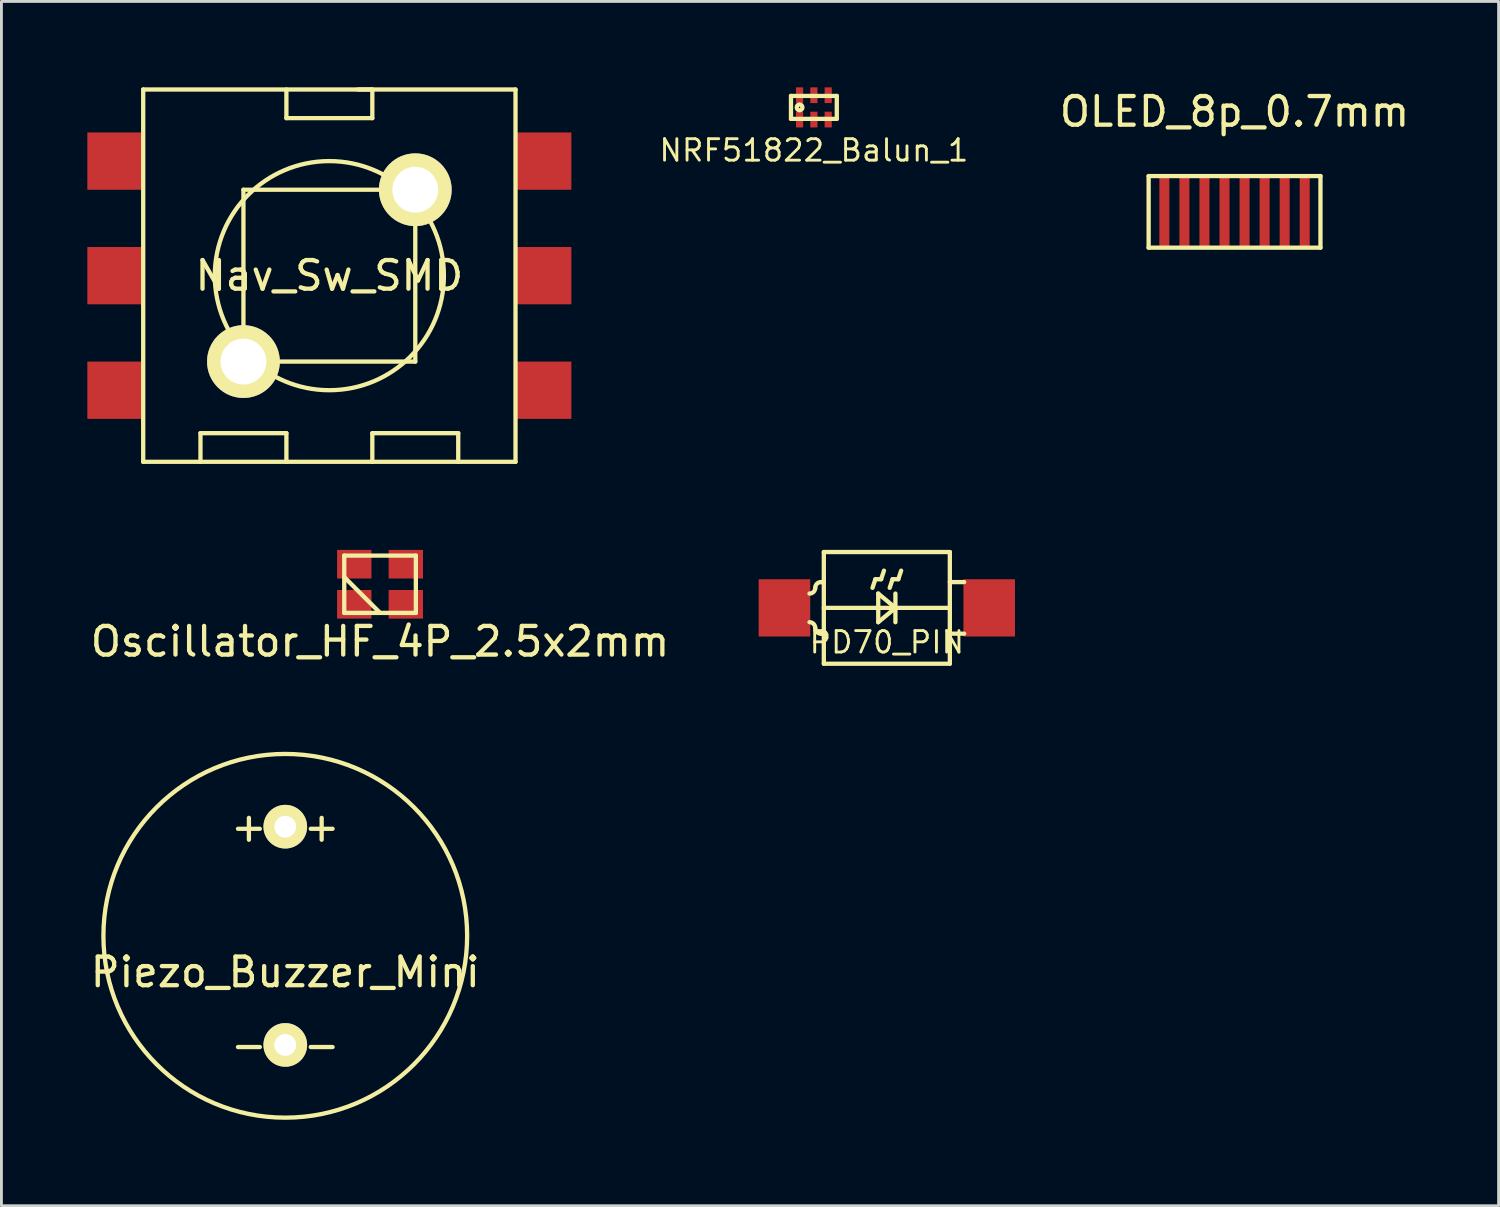
<source format=kicad_pcb>
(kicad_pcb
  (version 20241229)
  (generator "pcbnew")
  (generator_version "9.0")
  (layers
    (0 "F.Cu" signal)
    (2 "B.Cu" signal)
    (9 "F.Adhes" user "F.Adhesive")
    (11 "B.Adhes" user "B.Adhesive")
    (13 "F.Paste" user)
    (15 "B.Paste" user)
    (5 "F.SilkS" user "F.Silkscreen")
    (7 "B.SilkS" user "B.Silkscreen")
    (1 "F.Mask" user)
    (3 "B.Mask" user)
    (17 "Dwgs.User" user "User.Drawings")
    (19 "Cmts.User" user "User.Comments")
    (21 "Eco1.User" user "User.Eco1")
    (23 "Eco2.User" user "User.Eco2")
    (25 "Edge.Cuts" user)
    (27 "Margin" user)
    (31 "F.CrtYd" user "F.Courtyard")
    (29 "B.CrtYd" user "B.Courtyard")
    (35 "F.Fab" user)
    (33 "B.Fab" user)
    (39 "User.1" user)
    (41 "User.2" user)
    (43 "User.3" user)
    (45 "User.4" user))
  (footprint "NRF51822_Balun_1"
    (layer "F.Cu")
    (at 25.368 0.7)
    (property "Reference" "NRF51822_Balun_1" (at 0 1.5 0) (layer "F.SilkS") (effects (font (size 0.75 0.75) (thickness 0.1))))
    (attr through_hole)
    (fp_line (start -0.8 -0.4) (end -0.8 0.4) (stroke (width 0.15) (type solid)) (layer "F.SilkS"))
    (fp_line (start -0.8 0.4) (end 0.8 0.4) (stroke (width 0.15) (type solid)) (layer "F.SilkS"))
    (fp_line (start 0.8 -0.4) (end -0.8 -0.4) (stroke (width 0.15) (type solid)) (layer "F.SilkS"))
    (fp_line (start 0.8 0.4) (end 0.8 -0.4) (stroke (width 0.15) (type solid)) (layer "F.SilkS"))
    (fp_circle (center -0.5 0) (end -0.5 -0.1) (stroke (width 0.15) (type solid)) (fill no) (layer "F.SilkS"))
    (pad "1" smd rect (at -0.5 0.425) (size 0.25 0.55) (layers "F.Cu" "F.Mask" "F.Paste"))
    (pad "2" smd rect (at 0 0.425) (size 0.25 0.55) (layers "F.Cu" "F.Mask" "F.Paste"))
    (pad "3" smd rect (at 0.5 0.425) (size 0.25 0.55) (layers "F.Cu" "F.Mask" "F.Paste"))
    (pad "4" smd rect (at 0.5 -0.425) (size 0.25 0.55) (layers "F.Cu" "F.Mask" "F.Paste"))
    (pad "5" smd rect (at 0 -0.425) (size 0.25 0.55) (layers "F.Cu" "F.Mask" "F.Paste"))
    (pad "6" smd rect (at -0.5 -0.425) (size 0.25 0.55) (layers "F.Cu" "F.Mask" "F.Paste")))
  (footprint "OLED_8p_0.7mm"
    (layer "F.Cu")
    (at 40.056 3.348)
    (property "Reference" "OLED_8p_0.7mm" (at 0 -2.5 0) (layer "F.SilkS") (effects (font (size 1 1) (thickness 0.15))))
    (attr through_hole)
    (fp_line (start -3 -0.25) (end -3 2.25) (stroke (width 0.15) (type solid)) (layer "F.SilkS"))
    (fp_line (start -3 2.25) (end 3 2.25) (stroke (width 0.15) (type solid)) (layer "F.SilkS"))
    (fp_line (start 3 -0.25) (end -3 -0.25) (stroke (width 0.15) (type solid)) (layer "F.SilkS"))
    (fp_line (start 3 2.25) (end 3 -0.25) (stroke (width 0.15) (type solid)) (layer "F.SilkS"))
    (pad "1" smd rect (at -2.45 1) (size 0.35 2.5) (layers "F.Cu" "F.Mask" "F.Paste"))
    (pad "2" smd rect (at -1.75 1) (size 0.35 2.5) (layers "F.Cu" "F.Mask" "F.Paste"))
    (pad "3" smd rect (at -1.05 1) (size 0.35 2.5) (layers "F.Cu" "F.Mask" "F.Paste"))
    (pad "4" smd rect (at -0.35 1) (size 0.35 2.5) (layers "F.Cu" "F.Mask" "F.Paste"))
    (pad "5" smd rect (at 0.35 1) (size 0.35 2.5) (layers "F.Cu" "F.Mask" "F.Paste"))
    (pad "6" smd rect (at 1.05 1) (size 0.35 2.5) (layers "F.Cu" "F.Mask" "F.Paste"))
    (pad "7" smd rect (at 1.75 1) (size 0.35 2.5) (layers "F.Cu" "F.Mask" "F.Paste"))
    (pad "8" smd rect (at 2.45 1) (size 0.35 2.5) (layers "F.Cu" "F.Mask" "F.Paste")))
  (footprint "PD70_PIN"
    (layer "F.Cu")
    (at 27.915 18.175)
    (property "Reference" "PD70_PIN" (at 0 1.2 0) (layer "F.SilkS") (effects (font (size 0.75 0.75) (thickness 0.1))))
    (attr through_hole)
    (fp_line (start -2.2 -1.95) (end -2.2 1.95) (stroke (width 0.15) (type solid)) (layer "F.SilkS"))
    (fp_line (start -2.2 -0.9) (end -2.3 -0.9) (stroke (width 0.15) (type solid)) (layer "F.SilkS"))
    (fp_line (start -2.2 0) (end 2.2 0) (stroke (width 0.15) (type solid)) (layer "F.SilkS"))
    (fp_line (start -2.2 0.9) (end -2.3 0.9) (stroke (width 0.15) (type solid)) (layer "F.SilkS"))
    (fp_line (start -2.2 1.95) (end 2.2 1.95) (stroke (width 0.15) (type solid)) (layer "F.SilkS"))
    (fp_line (start -0.4 -1) (end -0.5 -0.7) (stroke (width 0.15) (type solid)) (layer "F.SilkS"))
    (fp_line (start -0.3 -0.5) (end -0.3 0.5) (stroke (width 0.15) (type solid)) (layer "F.SilkS"))
    (fp_line (start -0.3 0.5) (end 0.3 0) (stroke (width 0.15) (type solid)) (layer "F.SilkS"))
    (fp_line (start -0.2 -1) (end -0.4 -1) (stroke (width 0.15) (type solid)) (layer "F.SilkS"))
    (fp_line (start -0.1 -1.3) (end -0.2 -1) (stroke (width 0.15) (type solid)) (layer "F.SilkS"))
    (fp_line (start 0.1 -0.7) (end 0.2 -1) (stroke (width 0.15) (type solid)) (layer "F.SilkS"))
    (fp_line (start 0.2 -1) (end 0.4 -1) (stroke (width 0.15) (type solid)) (layer "F.SilkS"))
    (fp_line (start 0.3 -0.5) (end 0.3 0.5) (stroke (width 0.15) (type solid)) (layer "F.SilkS"))
    (fp_line (start 0.3 0) (end -0.3 -0.5) (stroke (width 0.15) (type solid)) (layer "F.SilkS"))
    (fp_line (start 0.4 -1) (end 0.5 -1.3) (stroke (width 0.15) (type solid)) (layer "F.SilkS"))
    (fp_line (start 2.2 -1.95) (end -2.2 -1.95) (stroke (width 0.15) (type solid)) (layer "F.SilkS"))
    (fp_line (start 2.2 -0.9) (end 2.7 -0.9) (stroke (width 0.15) (type solid)) (layer "F.SilkS"))
    (fp_line (start 2.2 0.9) (end 2.7 0.9) (stroke (width 0.15) (type solid)) (layer "F.SilkS"))
    (fp_line (start 2.2 1.95) (end 2.2 -1.95) (stroke (width 0.15) (type solid)) (layer "F.SilkS"))
    (fp_arc (start -2.7 0.5) (mid -2.558579 0.558579) (end -2.5 0.7) (stroke (width 0.15) (type solid)) (layer "F.SilkS"))
    (fp_arc (start -2.5 -0.7) (mid -2.558579 -0.558579) (end -2.7 -0.5) (stroke (width 0.15) (type solid)) (layer "F.SilkS"))
    (fp_arc (start -2.5 -0.7) (mid -2.441421 -0.841421) (end -2.3 -0.9) (stroke (width 0.15) (type solid)) (layer "F.SilkS"))
    (fp_arc (start -2.3 0.9) (mid -2.441421 0.841421) (end -2.5 0.7) (stroke (width 0.15) (type solid)) (layer "F.SilkS"))
    (pad "1" smd rect (at -3.575 0) (size 1.8 2) (layers "F.Cu" "F.Mask" "F.Paste"))
    (pad "2" smd rect (at 3.575 0) (size 1.8 2) (layers "F.Cu" "F.Mask" "F.Paste")))
  (footprint "Nav_Sw_SMD"
    (layer "F.Cu")
    (at 8.45 6.575)
    (property "Reference" "Nav_Sw_SMD" (at 0 0 0) (layer "F.SilkS") (effects (font (size 1 1) (thickness 0.15))))
    (attr through_hole)
    (fp_line (start -6.5 -6.5) (end 6.5 -6.5) (stroke (width 0.15) (type solid)) (layer "F.SilkS"))
    (fp_line (start -6.5 6.5) (end -6.5 -6.5) (stroke (width 0.15) (type solid)) (layer "F.SilkS"))
    (fp_line (start -4.5 5.5) (end -4.5 6.5) (stroke (width 0.15) (type solid)) (layer "F.SilkS"))
    (fp_line (start -3 -3) (end 3 -3) (stroke (width 0.15) (type solid)) (layer "F.SilkS"))
    (fp_line (start -3 3) (end -3 -3) (stroke (width 0.15) (type solid)) (layer "F.SilkS"))
    (fp_line (start -1.5 -6.5) (end -1.5 -5.5) (stroke (width 0.15) (type solid)) (layer "F.SilkS"))
    (fp_line (start -1.5 -5.5) (end 1.5 -5.5) (stroke (width 0.15) (type solid)) (layer "F.SilkS"))
    (fp_line (start -1.5 5.5) (end -4.5 5.5) (stroke (width 0.15) (type solid)) (layer "F.SilkS"))
    (fp_line (start -1.5 6.5) (end -1.5 5.5) (stroke (width 0.15) (type solid)) (layer "F.SilkS"))
    (fp_line (start 1.5 -6.5) (end 1 -6.5) (stroke (width 0.15) (type solid)) (layer "F.SilkS"))
    (fp_line (start 1.5 -5.5) (end 1.5 -6.5) (stroke (width 0.15) (type solid)) (layer "F.SilkS"))
    (fp_line (start 1.5 5.5) (end 4.5 5.5) (stroke (width 0.15) (type solid)) (layer "F.SilkS"))
    (fp_line (start 1.5 6.5) (end 1.5 5.5) (stroke (width 0.15) (type solid)) (layer "F.SilkS"))
    (fp_line (start 3 -3) (end 3 3) (stroke (width 0.15) (type solid)) (layer "F.SilkS"))
    (fp_line (start 3 3) (end -3 3) (stroke (width 0.15) (type solid)) (layer "F.SilkS"))
    (fp_line (start 4.5 5.5) (end 4.5 6.5) (stroke (width 0.15) (type solid)) (layer "F.SilkS"))
    (fp_line (start 6.5 -6.5) (end 6.5 6.5) (stroke (width 0.15) (type solid)) (layer "F.SilkS"))
    (fp_line (start 6.5 6.5) (end -6.5 6.5) (stroke (width 0.15) (type solid)) (layer "F.SilkS"))
    (fp_circle (center 0 0) (end 0 -4) (stroke (width 0.15) (type solid)) (fill no) (layer "F.SilkS"))
    (pad "1" smd rect (at -7.5 -4) (size 1.9 2) (layers "F.Cu" "F.Mask" "F.Paste"))
    (pad "2" smd rect (at -7.5 0) (size 1.9 2) (layers "F.Cu" "F.Mask" "F.Paste"))
    (pad "3" smd rect (at -7.5 4) (size 1.9 2) (layers "F.Cu" "F.Mask" "F.Paste"))
    (pad "4" smd rect (at 7.5 4) (size 1.9 2) (layers "F.Cu" "F.Mask" "F.Paste"))
    (pad "5" smd rect (at 7.5 0) (size 1.9 2) (layers "F.Cu" "F.Mask" "F.Paste"))
    (pad "6" smd rect (at 7.5 -4) (size 1.9 2) (layers "F.Cu" "F.Mask" "F.Paste"))
    (pad "7" thru_hole circle (at 3 -3) (size 2.54 2.54) (drill 1.6) (layers "*.Cu" "*.Mask" "F.SilkS"))
    (pad "8" thru_hole circle (at -3 3) (size 2.54 2.54) (drill 1.6) (layers "*.Cu" "*.Mask" "F.SilkS")))
  (footprint "Oscillator_HF_4P_2.5x2mm"
    (layer "F.Cu")
    (at 10.22 17.35)
    (property "Reference" "Oscillator_HF_4P_2.5x2mm" (at 0 2 0) (layer "F.SilkS") (effects (font (size 1 1) (thickness 0.15))))
    (attr through_hole)
    (fp_line (start -1.25 -1) (end -1.25 1) (stroke (width 0.15) (type solid)) (layer "F.SilkS"))
    (fp_line (start -1.25 -0.25) (end 0 1) (stroke (width 0.15) (type solid)) (layer "F.SilkS"))
    (fp_line (start -1.25 1) (end 1.25 1) (stroke (width 0.15) (type solid)) (layer "F.SilkS"))
    (fp_line (start 1.25 -1) (end -1.25 -1) (stroke (width 0.15) (type solid)) (layer "F.SilkS"))
    (fp_line (start 1.25 1) (end 1.25 -1) (stroke (width 0.15) (type solid)) (layer "F.SilkS"))
    (pad "1" smd rect (at -0.9 0.7) (size 1.2 1) (layers "F.Cu" "F.Mask" "F.Paste"))
    (pad "2" smd rect (at 0.9 0.7) (size 1.2 1) (layers "F.Cu" "F.Mask" "F.Paste"))
    (pad "3" smd rect (at 0.9 -0.7) (size 1.2 1) (layers "F.Cu" "F.Mask" "F.Paste"))
    (pad "4" smd rect (at -0.9 -0.7) (size 1.2 1) (layers "F.Cu" "F.Mask" "F.Paste")))
  (footprint "Piezo_Buzzer_Mini"
    (layer "F.Cu")
    (at 6.911 29.625)
    (property "Reference" "Piezo_Buzzer_Mini" (at 0 1.27 0) (layer "F.SilkS") (effects (font (size 1 1) (thickness 0.15))))
    (attr through_hole)
    (fp_circle (center 0 0) (end 0 -6.35) (stroke (width 0.15) (type solid)) (fill no) (layer "F.SilkS"))
    (fp_text user "-" (at -1.27 3.81 0) (layer "F.SilkS") (effects (font (size 1 1) (thickness 0.15))))
    (fp_text user "-" (at 1.27 3.81 0) (layer "F.SilkS") (effects (font (size 1 1) (thickness 0.15))))
    (fp_text user "+" (at -1.27 -3.81 0) (layer "F.SilkS") (effects (font (size 1 1) (thickness 0.15))))
    (fp_text user "+" (at 1.27 -3.81 0) (layer "F.SilkS") (effects (font (size 1 1) (thickness 0.15))))
    (pad "1" thru_hole circle (at 0 -3.81) (size 1.524 1.524) (drill 0.762) (layers "*.Cu" "*.Mask" "F.SilkS"))
    (pad "2" thru_hole circle (at 0 3.81) (size 1.524 1.524) (drill 0.762) (layers "*.Cu" "*.Mask" "F.SilkS")))
  (gr_rect
    (start -3 -3)
    (end 49.276 39.05)
    (stroke (width 0.1) (type default))
    (fill no)
    (layer "Edge.Cuts")))
</source>
